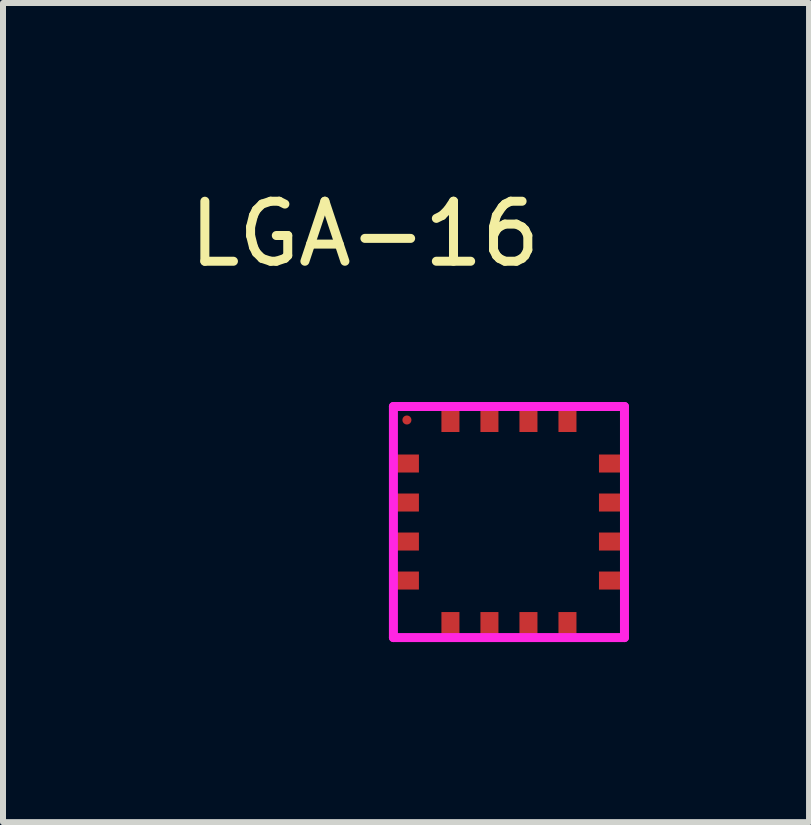
<source format=kicad_pcb>
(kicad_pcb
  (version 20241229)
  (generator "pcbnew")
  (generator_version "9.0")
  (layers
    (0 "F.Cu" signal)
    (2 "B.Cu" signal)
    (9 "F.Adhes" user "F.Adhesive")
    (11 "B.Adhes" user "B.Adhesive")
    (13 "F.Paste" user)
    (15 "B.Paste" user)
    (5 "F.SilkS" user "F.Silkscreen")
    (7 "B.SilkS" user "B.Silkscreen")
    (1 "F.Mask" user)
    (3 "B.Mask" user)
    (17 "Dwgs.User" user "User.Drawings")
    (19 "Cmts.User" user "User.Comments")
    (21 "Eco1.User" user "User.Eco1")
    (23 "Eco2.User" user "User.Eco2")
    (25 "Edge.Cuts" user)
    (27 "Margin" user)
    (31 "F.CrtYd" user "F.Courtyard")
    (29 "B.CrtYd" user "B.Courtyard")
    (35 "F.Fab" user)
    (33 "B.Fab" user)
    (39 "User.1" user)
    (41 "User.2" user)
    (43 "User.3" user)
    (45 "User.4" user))
  (footprint "LGA-16"
    (layer "F.Cu")
    (at 5.43 5.648)
    (property "Reference" "LGA-16" (at -2.4 -4.8 0) (layer "F.SilkS") (effects (font (size 1 1) (thickness 0.15))))
    (attr through_hole)
    (fp_line (start -1.925 -1.925) (end 1.925 -1.925) (stroke (width 0.15) (type solid)) (layer "F.CrtYd"))
    (fp_line (start -1.925 1.925) (end -1.925 -1.925) (stroke (width 0.15) (type solid)) (layer "F.CrtYd"))
    (fp_line (start 1.925 -1.925) (end 1.925 1.925) (stroke (width 0.15) (type solid)) (layer "F.CrtYd"))
    (fp_line (start 1.925 1.925) (end -1.925 1.925) (stroke (width 0.15) (type solid)) (layer "F.CrtYd"))
    (pad "1" smd rect (at -1.7 -0.975 90) (size 0.3 0.4) (layers "F.Cu" "F.Mask" "F.Paste"))
    (pad "2" smd rect (at -1.7 -0.325 90) (size 0.3 0.4) (layers "F.Cu" "F.Mask" "F.Paste"))
    (pad "3" smd rect (at -1.7 0.325 90) (size 0.3 0.4) (layers "F.Cu" "F.Mask" "F.Paste"))
    (pad "4" smd rect (at -1.7 0.975 90) (size 0.3 0.4) (layers "F.Cu" "F.Mask" "F.Paste"))
    (pad "5" smd rect (at -0.975 1.7) (size 0.3 0.4) (layers "F.Cu" "F.Mask" "F.Paste"))
    (pad "6" smd rect (at -0.325 1.7) (size 0.3 0.4) (layers "F.Cu" "F.Mask" "F.Paste"))
    (pad "7" smd rect (at 0.325 1.7) (size 0.3 0.4) (layers "F.Cu" "F.Mask" "F.Paste"))
    (pad "8" smd rect (at 0.975 1.7) (size 0.3 0.4) (layers "F.Cu" "F.Mask" "F.Paste"))
    (pad "9" smd rect (at 1.7 0.975 90) (size 0.3 0.4) (layers "F.Cu" "F.Mask" "F.Paste"))
    (pad "10" smd rect (at 1.7 0.325 90) (size 0.3 0.4) (layers "F.Cu" "F.Mask" "F.Paste"))
    (pad "11" smd rect (at 1.7 -0.325 90) (size 0.3 0.4) (layers "F.Cu" "F.Mask" "F.Paste"))
    (pad "12" smd rect (at 1.7 -0.975 90) (size 0.3 0.4) (layers "F.Cu" "F.Mask" "F.Paste"))
    (pad "13" smd rect (at 0.975 -1.7) (size 0.3 0.4) (layers "F.Cu" "F.Mask" "F.Paste"))
    (pad "14" smd rect (at 0.325 -1.7) (size 0.3 0.4) (layers "F.Cu" "F.Mask" "F.Paste"))
    (pad "15" smd rect (at -0.325 -1.7) (size 0.3 0.4) (layers "F.Cu" "F.Mask" "F.Paste"))
    (pad "16" smd rect (at -0.975 -1.7) (size 0.3 0.4) (layers "F.Cu" "F.Mask" "F.Paste"))
    (pad "17" smd circle (at -1.7 -1.7) (size 0.15 0.15) (layers "F.Cu" "F.Mask" "F.Paste")))
  (gr_rect
    (start -3 -3)
    (end 10.43 10.648)
    (stroke (width 0.1) (type default))
    (fill no)
    (layer "Edge.Cuts")))
</source>
